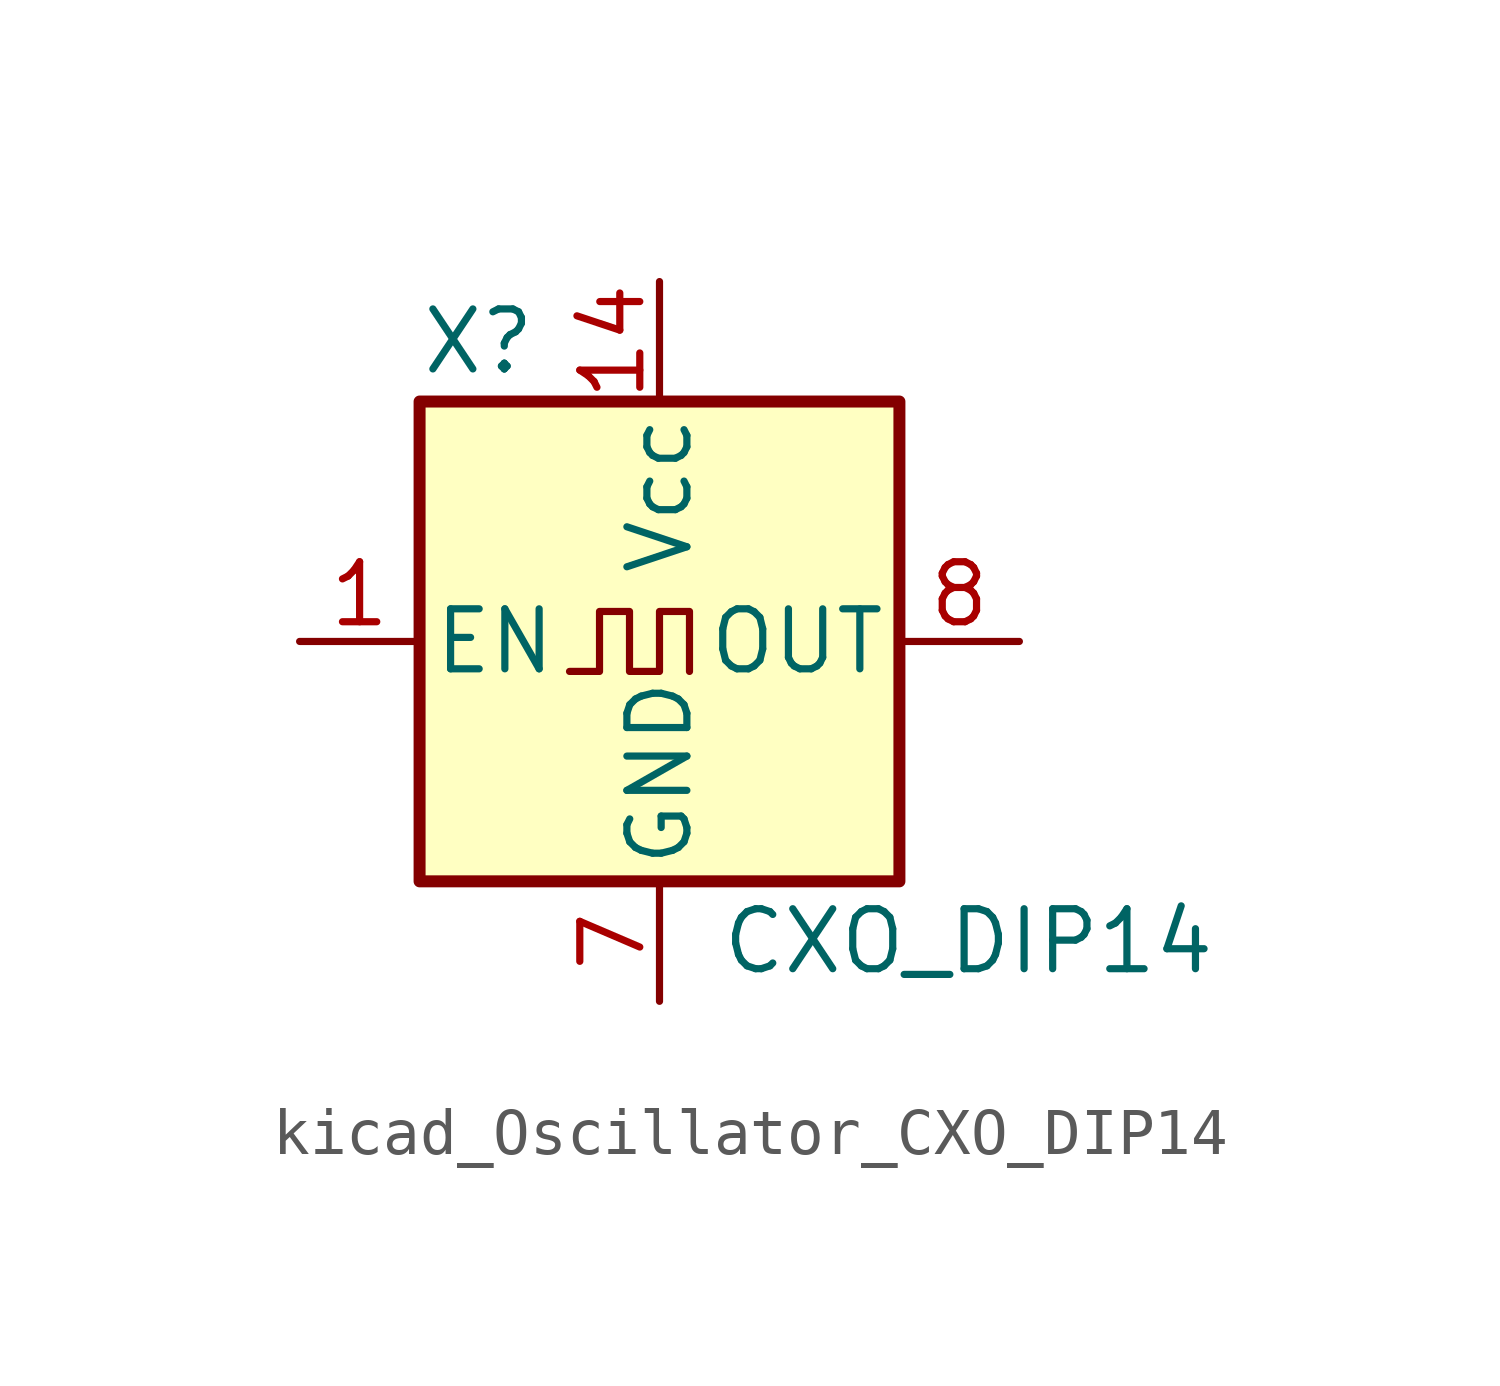
<source format=kicad_sym>
(kicad_symbol_lib
  (version 20220914)
  (generator kicad_symbol_editor)
  (symbol "kicad_Oscillator_CXO_DIP14"
    (pin_names
      (offset 0.254))
    (property "Reference" "X"
      (at -5.08 6.35 0)
      (effects (font (size 1.27 1.27)) (justify left)))
    (property "Value" "CXO_DIP14"
      (at 1.27 -6.35 0)
      (effects (font (size 1.27 1.27)) (justify left)))
    (symbol "kicad_Oscillator_CXO_DIP14_0_1"
      (rectangle (start -5.08 5.08) (end 5.08 -5.08) (stroke (width 0.254) (type default)) (fill (type background)))
      (polyline (pts (xy -1.905 -0.635) (xy -1.27 -0.635) (xy -1.27 0.635) (xy -0.635 0.635) (xy -0.635 -0.635) (xy 0 -0.635) (xy 0 0.635) (xy 0.635 0.635) (xy 0.635 -0.635)) (stroke (width 0) (type default)) (fill (type none))))
    (symbol "kicad_Oscillator_CXO_DIP14_1_1"
      (pin input line (at -7.62 0 0) (length 2.54) (name "EN" (effects (font (size 1.27 1.27)))) (number "1" (effects (font (size 1.27 1.27)))))
      (pin power_in line (at 0 7.62 270) (length 2.54) (name "Vcc" (effects (font (size 1.27 1.27)))) (number "14" (effects (font (size 1.27 1.27)))))
      (pin power_in line (at 0 -7.62 90) (length 2.54) (name "GND" (effects (font (size 1.27 1.27)))) (number "7" (effects (font (size 1.27 1.27)))))
      (pin output line (at 7.62 0 180) (length 2.54) (name "OUT" (effects (font (size 1.27 1.27)))) (number "8" (effects (font (size 1.27 1.27))))))))
</source>
